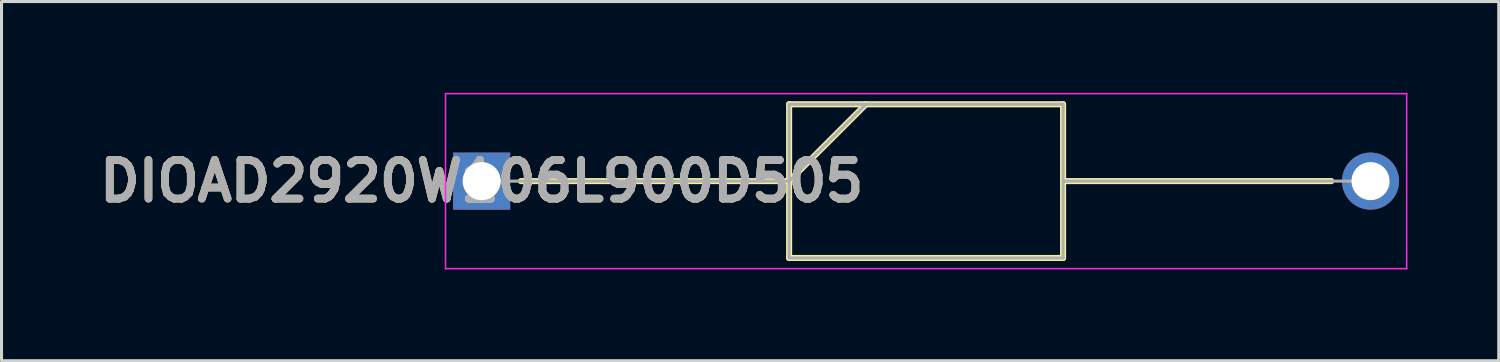
<source format=kicad_pcb>
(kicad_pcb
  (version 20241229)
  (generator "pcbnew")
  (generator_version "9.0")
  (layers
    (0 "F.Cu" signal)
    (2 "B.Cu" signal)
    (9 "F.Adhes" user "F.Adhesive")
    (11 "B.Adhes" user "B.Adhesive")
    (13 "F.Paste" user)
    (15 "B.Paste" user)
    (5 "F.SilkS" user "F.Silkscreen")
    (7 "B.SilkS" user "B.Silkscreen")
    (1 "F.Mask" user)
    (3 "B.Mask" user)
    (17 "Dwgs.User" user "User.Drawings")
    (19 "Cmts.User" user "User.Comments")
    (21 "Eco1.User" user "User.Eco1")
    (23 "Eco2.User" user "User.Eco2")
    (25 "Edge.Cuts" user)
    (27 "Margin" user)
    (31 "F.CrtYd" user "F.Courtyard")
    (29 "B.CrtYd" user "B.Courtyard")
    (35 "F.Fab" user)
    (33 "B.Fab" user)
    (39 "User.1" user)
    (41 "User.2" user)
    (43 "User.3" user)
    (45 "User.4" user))
  (footprint "DIOAD2920W106L900D505"
    (layer "F.Cu")
    (at 12.773 2.9)
    (property "Reference" "DIOAD2920W106L900D505" (at 0 0 0) (layer "F.SilkS") (effects (font (size 1.27 1.27) (thickness 0.254))))
    (attr through_hole)
    (fp_line (start 1.288 0) (end 10.1 0) (stroke (width 0.2) (type solid)) (layer "F.SilkS"))
    (fp_line (start 10.1 -2.525) (end 19.1 -2.525) (stroke (width 0.2) (type solid)) (layer "F.SilkS"))
    (fp_line (start 10.1 0) (end 12.625 -2.525) (stroke (width 0.2) (type solid)) (layer "F.SilkS"))
    (fp_line (start 10.1 2.525) (end 10.1 -2.525) (stroke (width 0.2) (type solid)) (layer "F.SilkS"))
    (fp_line (start 19.1 -2.525) (end 19.1 2.525) (stroke (width 0.2) (type solid)) (layer "F.SilkS"))
    (fp_line (start 19.1 0) (end 27.912 0) (stroke (width 0.2) (type solid)) (layer "F.SilkS"))
    (fp_line (start 19.1 2.525) (end 10.1 2.525) (stroke (width 0.2) (type solid)) (layer "F.SilkS"))
    (fp_line (start -1.188 -2.875) (end 30.387 -2.875) (stroke (width 0.05) (type solid)) (layer "F.CrtYd"))
    (fp_line (start -1.188 2.875) (end -1.188 -2.875) (stroke (width 0.05) (type solid)) (layer "F.CrtYd"))
    (fp_line (start 30.387 -2.875) (end 30.387 2.875) (stroke (width 0.05) (type solid)) (layer "F.CrtYd"))
    (fp_line (start 30.387 2.875) (end -1.188 2.875) (stroke (width 0.05) (type solid)) (layer "F.CrtYd"))
    (fp_line (start 0 0) (end 10.1 0) (stroke (width 0.1) (type solid)) (layer "F.Fab"))
    (fp_line (start 10.1 -2.525) (end 19.1 -2.525) (stroke (width 0.1) (type solid)) (layer "F.Fab"))
    (fp_line (start 10.1 0) (end 12.625 -2.525) (stroke (width 0.1) (type solid)) (layer "F.Fab"))
    (fp_line (start 10.1 2.525) (end 10.1 -2.525) (stroke (width 0.1) (type solid)) (layer "F.Fab"))
    (fp_line (start 19.1 -2.525) (end 19.1 2.525) (stroke (width 0.1) (type solid)) (layer "F.Fab"))
    (fp_line (start 19.1 0) (end 29.2 0) (stroke (width 0.1) (type solid)) (layer "F.Fab"))
    (fp_line (start 19.1 2.525) (end 10.1 2.525) (stroke (width 0.1) (type solid)) (layer "F.Fab"))
    (fp_text user "${REFERENCE}" (at 0 0 0) (layer "F.Fab") (effects (font (size 1.27 1.27) (thickness 0.254))))
    (pad "1" thru_hole rect (at 0 0) (size 1.875 1.875) (drill 1.25) (layers "*.Cu" "*.Mask"))
    (pad "2" thru_hole circle (at 29.2 0) (size 1.875 1.875) (drill 1.25) (layers "*.Cu" "*.Mask")))
  (gr_rect
    (start -3 -3)
    (end 46.185 8.8)
    (stroke (width 0.1) (type default))
    (fill no)
    (layer "Edge.Cuts")))
</source>
